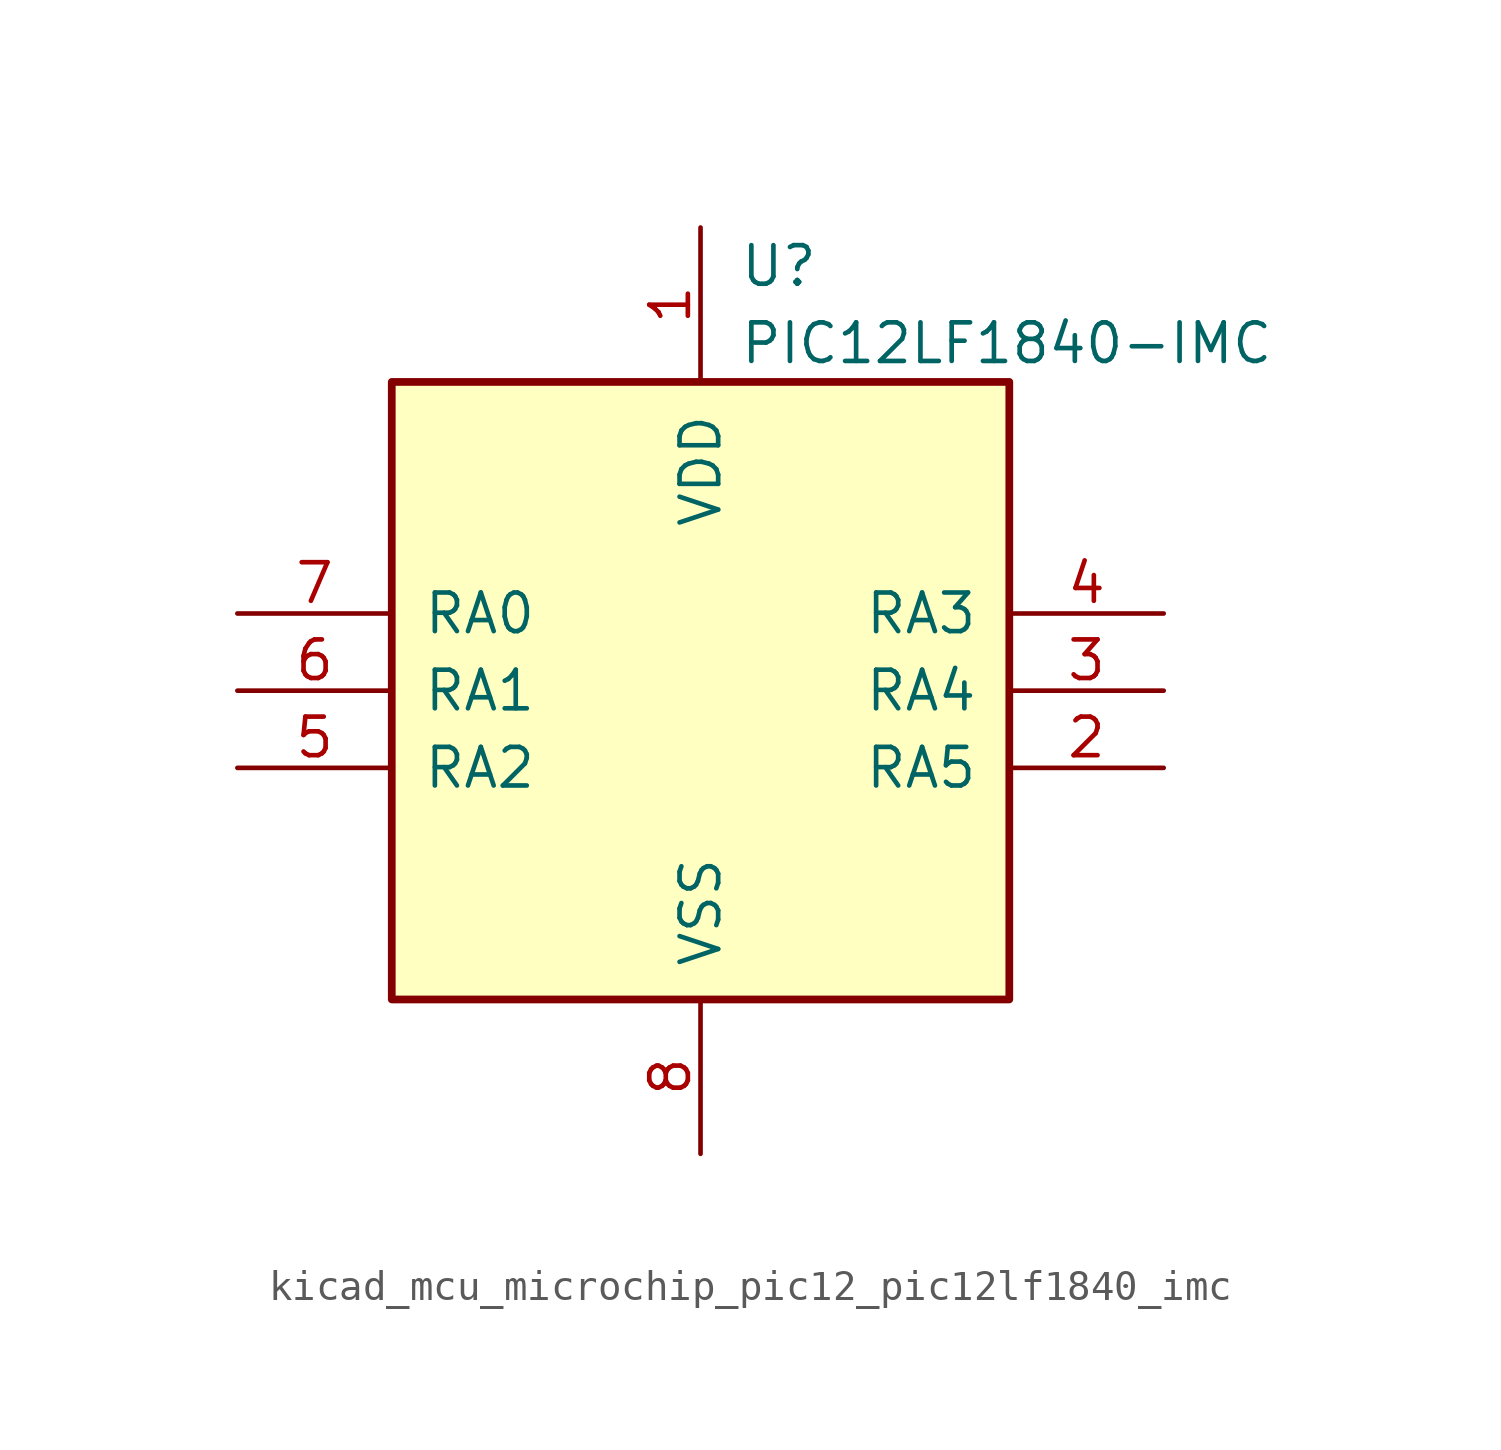
<source format=kicad_sym>
(kicad_symbol_lib
  (version 20220914)
  (generator kicad_symbol_editor)
  (symbol "kicad_mcu_microchip_pic12_pic12lf1840_imc"
    (pin_names
      (offset 1.016))
    (property "Reference" "U"
      (at 1.27 13.97 0)
      (effects (font (size 1.27 1.27)) (justify left)))
    (property "Value" "PIC12LF1840-IMC"
      (at 1.27 11.43 0)
      (effects (font (size 1.27 1.27)) (justify left)))
    (symbol "kicad_mcu_microchip_pic12_pic12lf1840_imc_0_1"
      (rectangle (start 10.16 -10.16) (end -10.16 10.16) (stroke (width 0.254) (type default)) (fill (type background))))
    (symbol "kicad_mcu_microchip_pic12_pic12lf1840_imc_1_1"
      (pin power_in line (at 0 15.24 270) (length 5.08) (name "VDD" (effects (font (size 1.27 1.27)))) (number "1" (effects (font (size 1.27 1.27)))))
      (pin bidirectional line (at 15.24 -2.54 180) (length 5.08) (name "RA5" (effects (font (size 1.27 1.27)))) (number "2" (effects (font (size 1.27 1.27)))))
      (pin bidirectional line (at 15.24 0 180) (length 5.08) (name "RA4" (effects (font (size 1.27 1.27)))) (number "3" (effects (font (size 1.27 1.27)))))
      (pin input line (at 15.24 2.54 180) (length 5.08) (name "RA3" (effects (font (size 1.27 1.27)))) (number "4" (effects (font (size 1.27 1.27)))))
      (pin bidirectional line (at -15.24 -2.54 0) (length 5.08) (name "RA2" (effects (font (size 1.27 1.27)))) (number "5" (effects (font (size 1.27 1.27)))))
      (pin bidirectional line (at -15.24 0 0) (length 5.08) (name "RA1" (effects (font (size 1.27 1.27)))) (number "6" (effects (font (size 1.27 1.27)))))
      (pin bidirectional line (at -15.24 2.54 0) (length 5.08) (name "RA0" (effects (font (size 1.27 1.27)))) (number "7" (effects (font (size 1.27 1.27)))))
      (pin power_in line (at 0 -15.24 90) (length 5.08) (name "VSS" (effects (font (size 1.27 1.27)))) (number "8" (effects (font (size 1.27 1.27))))))))
</source>
